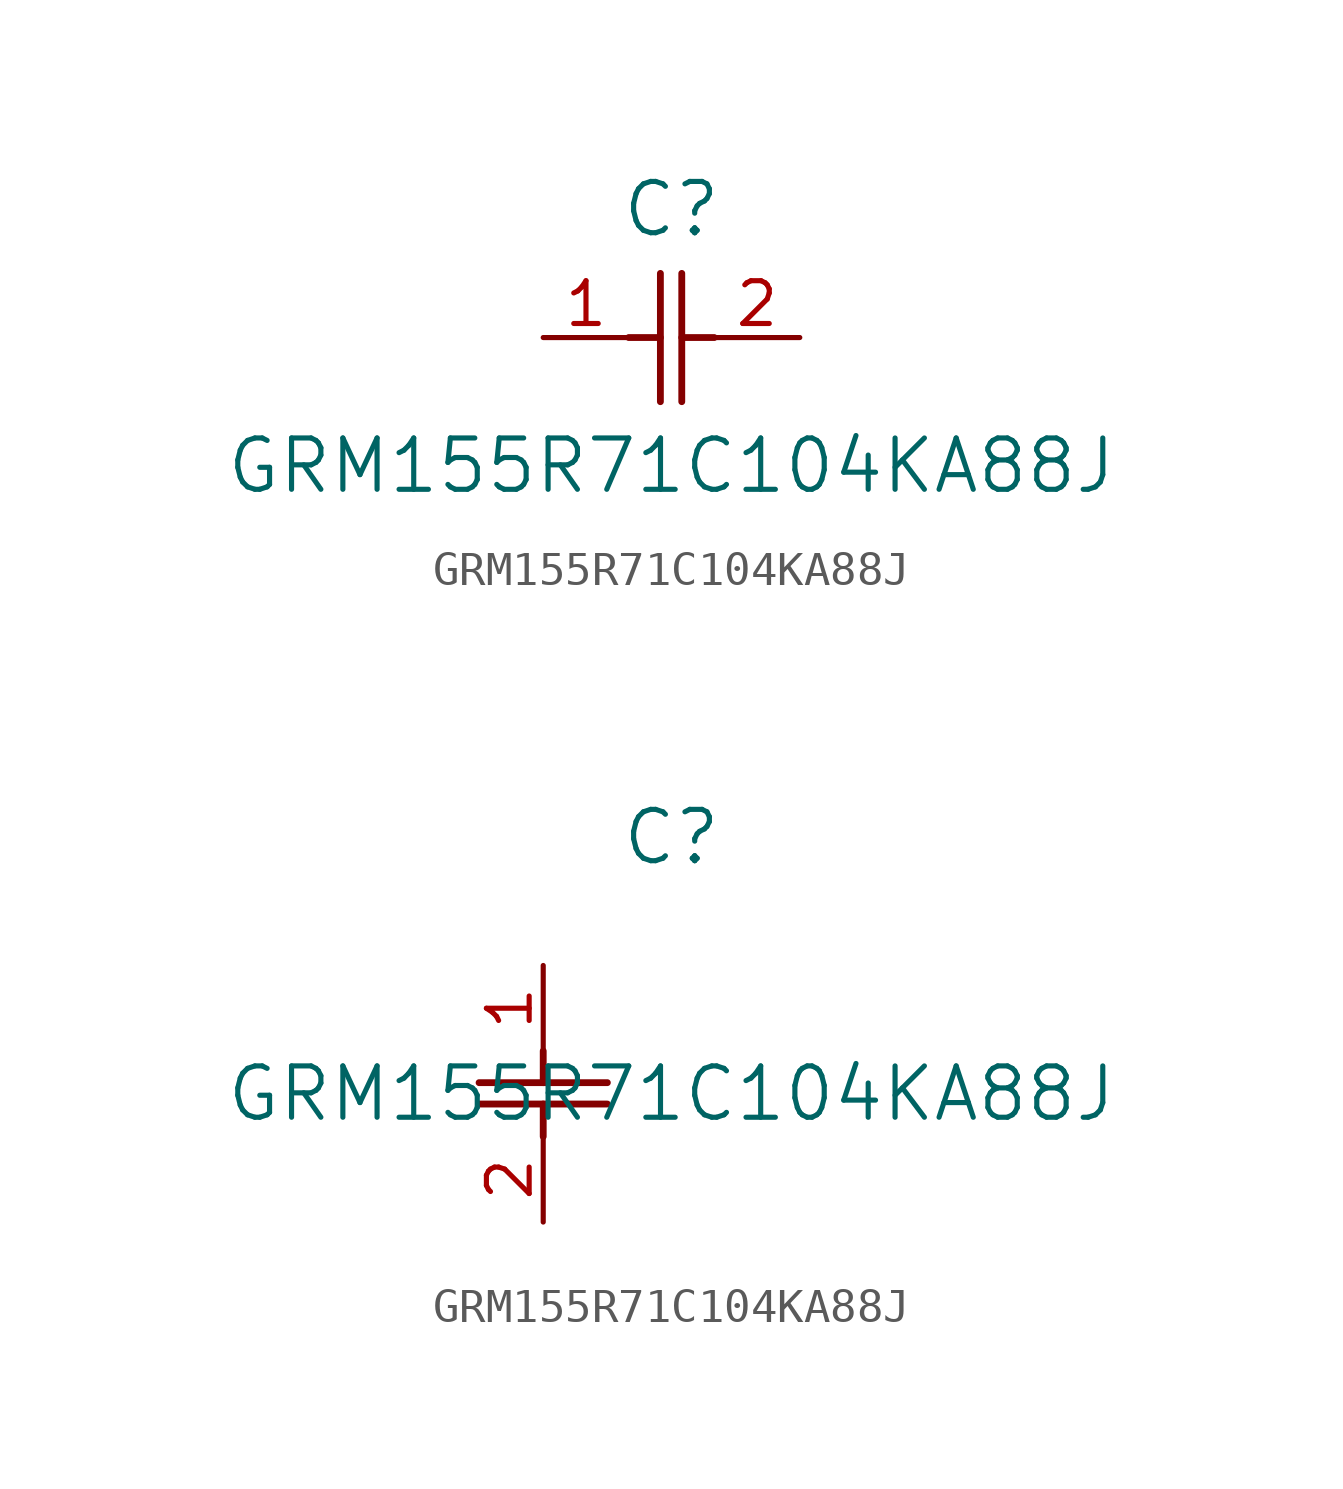
<source format=kicad_sym>
(kicad_symbol_lib
  (version 20211014)
  (generator kicad_symbol_editor)
  (symbol "GRM155R71C104KA88J"
    (pin_names
      (offset 0.254))
    (property "Reference" "C"
      (at 3.81 3.81 0)
      (effects (font (size 1.524 1.524))))
    (property "Value" "GRM155R71C104KA88J"
      (at 3.81 -3.81 0)
      (effects (font (size 1.524 1.524))))
    (symbol "GRM155R71C104KA88J_1_1"
      (polyline (pts (xy 3.48 -1.905) (xy 3.48 1.905)) (stroke (width 0.203) (type default) (color 0 0 0 0)) (fill (type none)))
      (polyline (pts (xy 4.115 -1.905) (xy 4.115 1.905)) (stroke (width 0.203) (type default) (color 0 0 0 0)) (fill (type none)))
      (polyline (pts (xy 4.115 0) (xy 5.08 0)) (stroke (width 0.203) (type default) (color 0 0 0 0)) (fill (type none)))
      (polyline (pts (xy 2.54 0) (xy 3.48 0)) (stroke (width 0.203) (type default) (color 0 0 0 0)) (fill (type none)))
      (pin unspecified line (at 0 0 0) (length 2.54) (name "" (effects (font (size 1.27 1.27)))) (number "1" (effects (font (size 1.27 1.27)))))
      (pin unspecified line (at 7.62 0 180) (length 2.54) (name "" (effects (font (size 1.27 1.27)))) (number "2" (effects (font (size 1.27 1.27))))))
    (symbol "GRM155R71C104KA88J_1_2"
      (polyline (pts (xy -1.905 -3.48) (xy 1.905 -3.48)) (stroke (width 0.203) (type default) (color 0 0 0 0)) (fill (type none)))
      (polyline (pts (xy -1.905 -4.115) (xy 1.905 -4.115)) (stroke (width 0.203) (type default) (color 0 0 0 0)) (fill (type none)))
      (polyline (pts (xy 0 -4.115) (xy 0 -5.08)) (stroke (width 0.203) (type default) (color 0 0 0 0)) (fill (type none)))
      (polyline (pts (xy 0 -2.54) (xy 0 -3.48)) (stroke (width 0.203) (type default) (color 0 0 0 0)) (fill (type none)))
      (pin unspecified line (at 0 0 270) (length 2.54) (name "" (effects (font (size 1.27 1.27)))) (number "1" (effects (font (size 1.27 1.27)))))
      (pin unspecified line (at 0 -7.62 90) (length 2.54) (name "" (effects (font (size 1.27 1.27)))) (number "2" (effects (font (size 1.27 1.27))))))))
</source>
